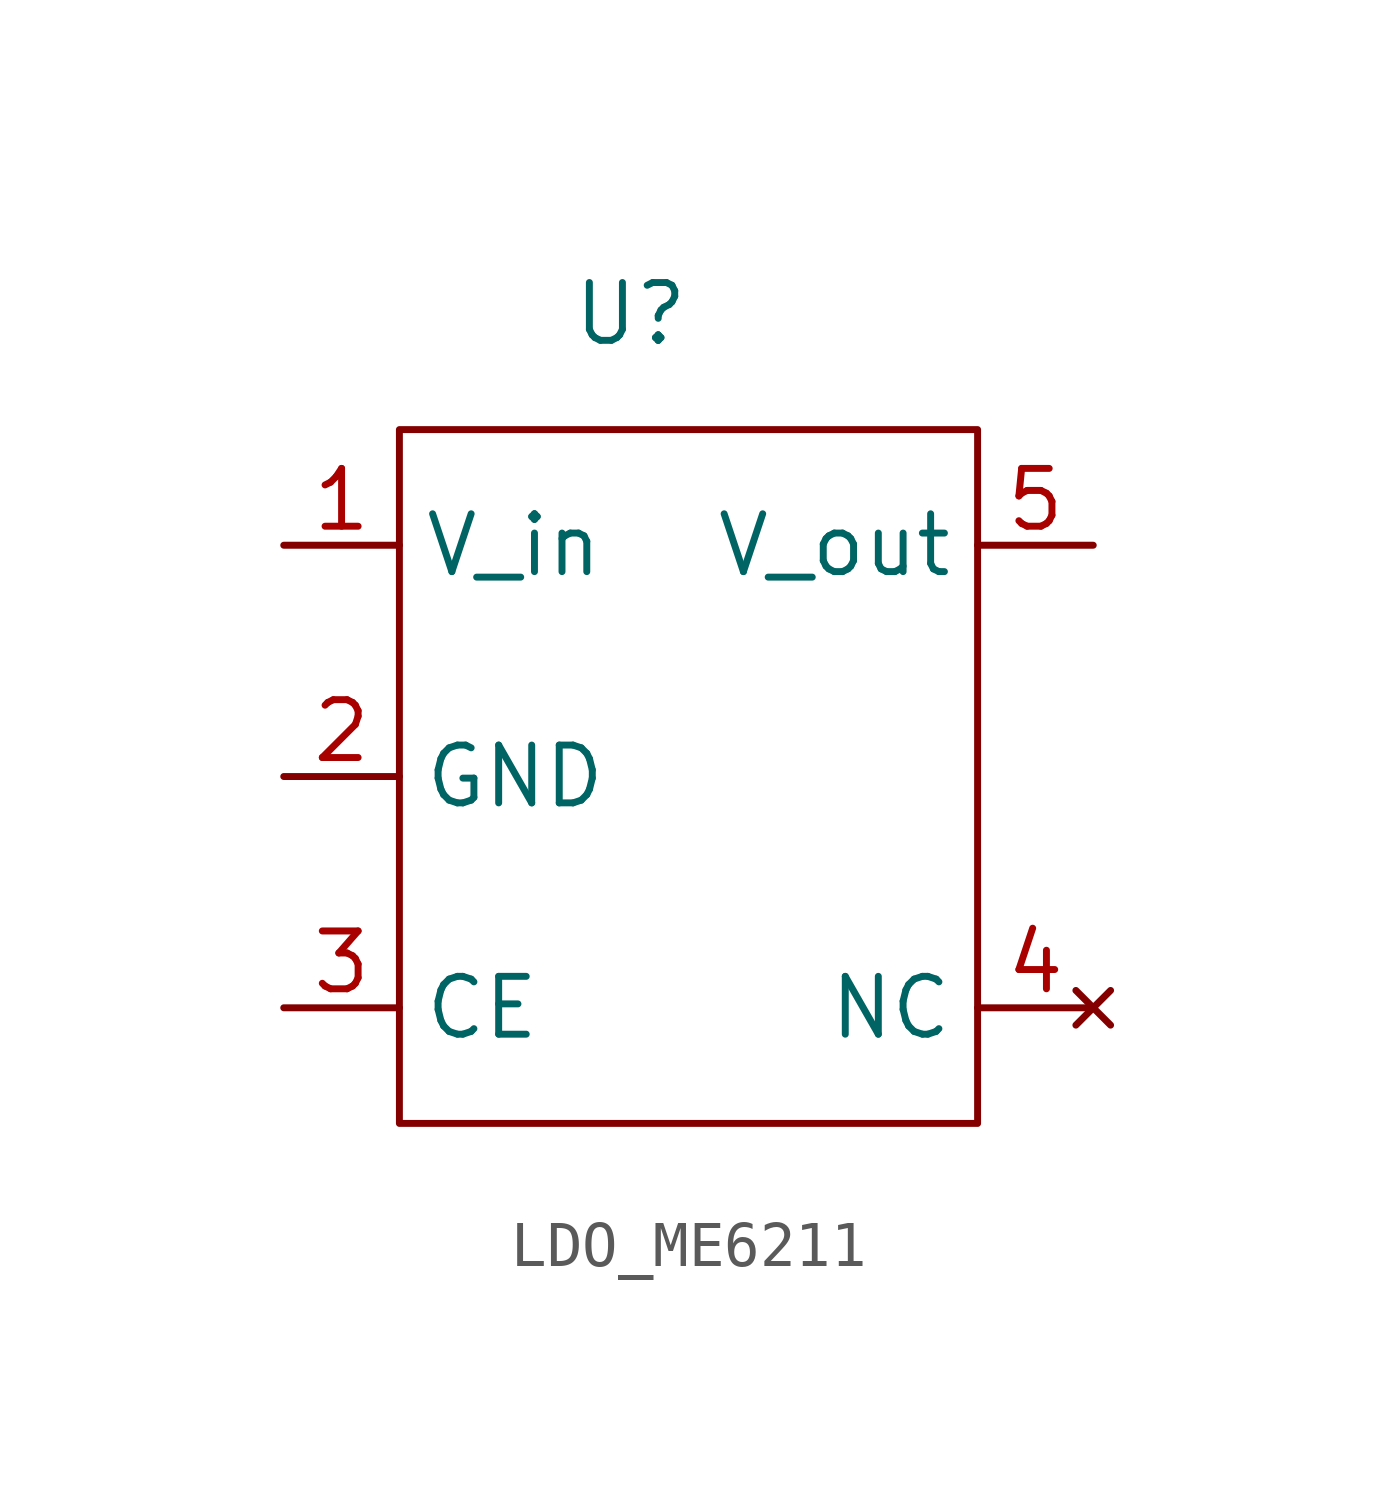
<source format=kicad_sym>
(kicad_symbol_lib
  (version 20220914)
  (generator kicad_symbol_editor)
  (symbol "LDO_ME6211"
    (property "Reference" "U"
      (at 5.08 0 0)
      (effects (font (size 1.27 1.27))))
    (property "Value" ""
      (at 0 0 0)
      (effects (font (size 1.27 1.27))))
    (symbol "LDO_ME6211_1_1"
      (rectangle (start 0 -2.54) (end 12.7 -17.78) (stroke (width 0) (type default)) (fill (type none)))
      (pin power_in line (at -2.54 -5.08 0) (length 2.54) (name "V_in" (effects (font (size 1.27 1.27)))) (number "1" (effects (font (size 1.27 1.27)))))
      (pin power_in line (at -2.54 -10.16 0) (length 2.54) (name "GND" (effects (font (size 1.27 1.27)))) (number "2" (effects (font (size 1.27 1.27)))))
      (pin input line (at -2.54 -15.24 0) (length 2.54) (name "CE" (effects (font (size 1.27 1.27)))) (number "3" (effects (font (size 1.27 1.27)))))
      (pin no_connect line (at 15.24 -15.24 180) (length 2.54) (name "NC" (effects (font (size 1.27 1.27)))) (number "4" (effects (font (size 1.27 1.27)))))
      (pin power_out line (at 15.24 -5.08 180) (length 2.54) (name "V_out" (effects (font (size 1.27 1.27)))) (number "5" (effects (font (size 1.27 1.27))))))))
</source>
